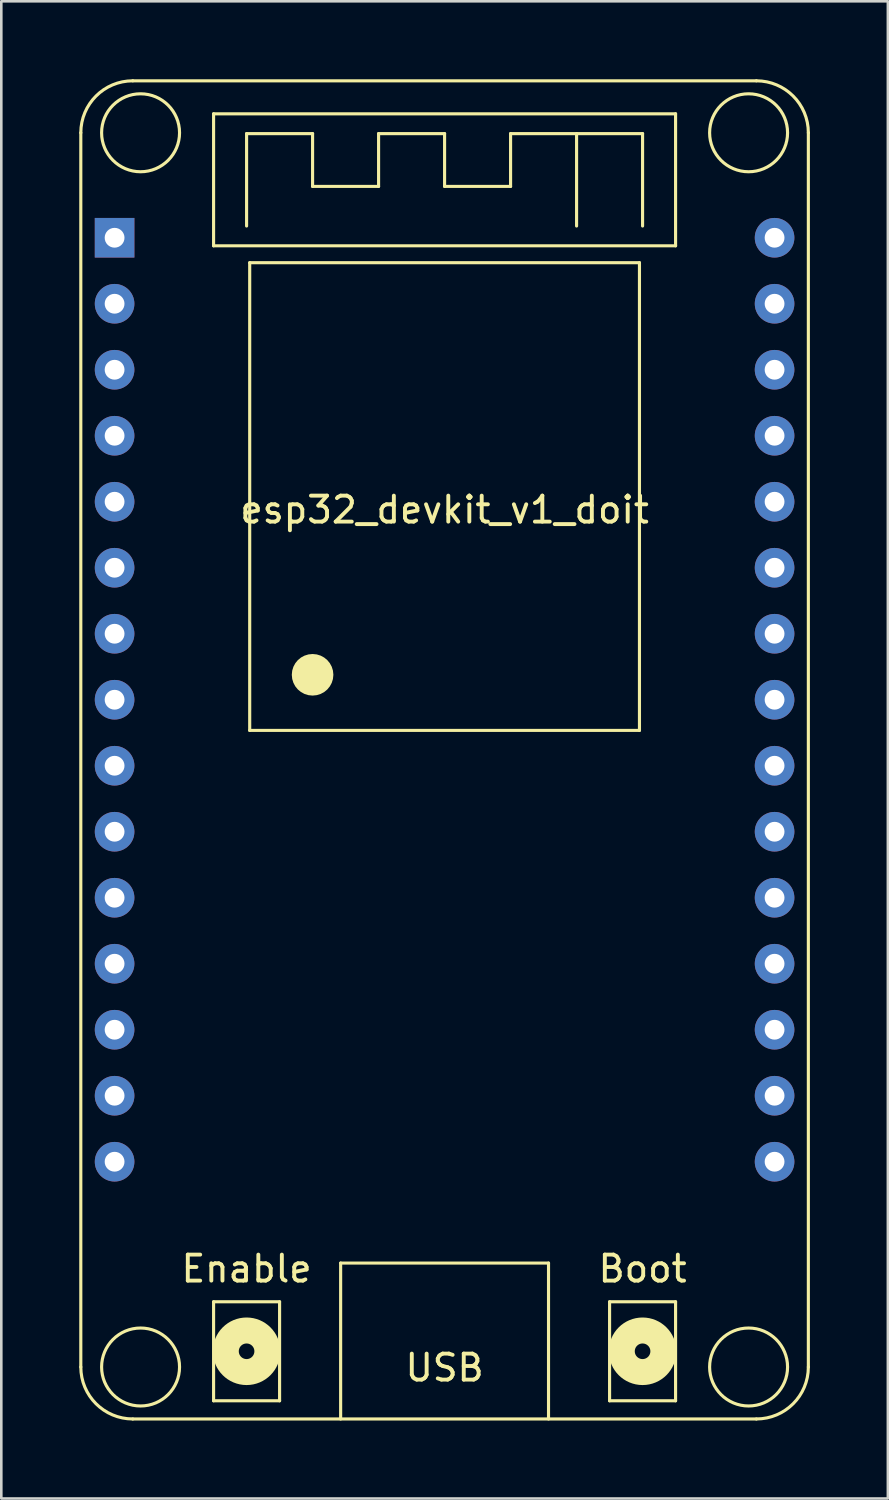
<source format=kicad_pcb>
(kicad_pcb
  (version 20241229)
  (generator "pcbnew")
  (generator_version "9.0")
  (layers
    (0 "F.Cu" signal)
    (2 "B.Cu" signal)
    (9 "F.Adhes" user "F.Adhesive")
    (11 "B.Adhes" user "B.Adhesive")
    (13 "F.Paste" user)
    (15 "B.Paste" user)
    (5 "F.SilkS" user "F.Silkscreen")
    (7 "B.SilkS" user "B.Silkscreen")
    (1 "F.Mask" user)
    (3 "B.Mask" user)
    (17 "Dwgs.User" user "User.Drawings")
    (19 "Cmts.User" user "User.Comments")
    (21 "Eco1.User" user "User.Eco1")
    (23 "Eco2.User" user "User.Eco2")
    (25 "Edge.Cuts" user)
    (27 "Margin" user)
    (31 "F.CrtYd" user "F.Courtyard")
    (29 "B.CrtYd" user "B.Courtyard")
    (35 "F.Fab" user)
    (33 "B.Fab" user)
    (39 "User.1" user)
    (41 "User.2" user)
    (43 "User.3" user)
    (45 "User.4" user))
  (footprint "esp32_devkit_v1_doit"
    (layer "F.Cu")
    (at 14.06 6.1)
    (property "Reference" "esp32_devkit_v1_doit" (at 0 10.47 0) (layer "F.SilkS") (effects (font (size 1 1) (thickness 0.15))))
    (attr smd)
    (fp_line (start -14 -4.04) (end -14 43.46) (stroke (width 0.12) (type solid)) (layer "F.SilkS"))
    (fp_line (start -12 -6.04) (end 12 -6.04) (stroke (width 0.12) (type solid)) (layer "F.SilkS"))
    (fp_line (start -12 45.46) (end 12 45.46) (stroke (width 0.12) (type solid)) (layer "F.SilkS"))
    (fp_line (start -8.89 -4.77) (end 8.89 -4.77) (stroke (width 0.12) (type solid)) (layer "F.SilkS"))
    (fp_line (start -8.89 0.31) (end -8.89 -4.77) (stroke (width 0.12) (type solid)) (layer "F.SilkS"))
    (fp_line (start -8.89 40.95) (end -6.35 40.95) (stroke (width 0.12) (type solid)) (layer "F.SilkS"))
    (fp_line (start -8.89 44.76) (end -8.89 40.95) (stroke (width 0.12) (type solid)) (layer "F.SilkS"))
    (fp_line (start -7.62 -4.008) (end -5.08 -4.008) (stroke (width 0.12) (type solid)) (layer "F.SilkS"))
    (fp_line (start -7.62 -0.452) (end -7.62 -4.008) (stroke (width 0.12) (type solid)) (layer "F.SilkS"))
    (fp_line (start -7.5 0.96) (end 7.5 0.96) (stroke (width 0.12) (type solid)) (layer "F.SilkS"))
    (fp_line (start -7.5 18.96) (end -7.5 0.96) (stroke (width 0.12) (type solid)) (layer "F.SilkS"))
    (fp_line (start -6.35 40.95) (end -6.35 44.76) (stroke (width 0.12) (type solid)) (layer "F.SilkS"))
    (fp_line (start -6.35 44.76) (end -8.89 44.76) (stroke (width 0.12) (type solid)) (layer "F.SilkS"))
    (fp_line (start -5.08 -4.008) (end -5.08 -1.976) (stroke (width 0.12) (type solid)) (layer "F.SilkS"))
    (fp_line (start -5.08 -1.976) (end -2.54 -1.976) (stroke (width 0.12) (type solid)) (layer "F.SilkS"))
    (fp_line (start -4 39.46) (end -4 45.46) (stroke (width 0.12) (type solid)) (layer "F.SilkS"))
    (fp_line (start -4 39.46) (end 4 39.46) (stroke (width 0.12) (type solid)) (layer "F.SilkS"))
    (fp_line (start -2.54 -4.008) (end 0 -4.008) (stroke (width 0.12) (type solid)) (layer "F.SilkS"))
    (fp_line (start -2.54 -1.976) (end -2.54 -4.008) (stroke (width 0.12) (type solid)) (layer "F.SilkS"))
    (fp_line (start 0 -4.008) (end 0 -1.976) (stroke (width 0.12) (type solid)) (layer "F.SilkS"))
    (fp_line (start 0 -1.976) (end 2.54 -1.976) (stroke (width 0.12) (type solid)) (layer "F.SilkS"))
    (fp_line (start 2.54 -4.008) (end 7.62 -4.008) (stroke (width 0.12) (type solid)) (layer "F.SilkS"))
    (fp_line (start 2.54 -1.976) (end 2.54 -4.008) (stroke (width 0.12) (type solid)) (layer "F.SilkS"))
    (fp_line (start 4 39.46) (end 4 45.46) (stroke (width 0.12) (type solid)) (layer "F.SilkS"))
    (fp_line (start 5.08 -4.008) (end 5.08 -0.452) (stroke (width 0.12) (type solid)) (layer "F.SilkS"))
    (fp_line (start 6.35 40.95) (end 8.89 40.95) (stroke (width 0.12) (type solid)) (layer "F.SilkS"))
    (fp_line (start 6.35 44.76) (end 6.35 40.95) (stroke (width 0.12) (type solid)) (layer "F.SilkS"))
    (fp_line (start 7.5 0.96) (end 7.5 18.96) (stroke (width 0.12) (type solid)) (layer "F.SilkS"))
    (fp_line (start 7.5 18.96) (end -7.5 18.96) (stroke (width 0.12) (type solid)) (layer "F.SilkS"))
    (fp_line (start 7.62 -4.008) (end 7.62 -0.452) (stroke (width 0.12) (type solid)) (layer "F.SilkS"))
    (fp_line (start 8.89 -4.77) (end 8.89 0.31) (stroke (width 0.12) (type solid)) (layer "F.SilkS"))
    (fp_line (start 8.89 0.31) (end -8.89 0.31) (stroke (width 0.12) (type solid)) (layer "F.SilkS"))
    (fp_line (start 8.89 40.95) (end 8.89 44.76) (stroke (width 0.12) (type solid)) (layer "F.SilkS"))
    (fp_line (start 8.89 44.76) (end 6.35 44.76) (stroke (width 0.12) (type solid)) (layer "F.SilkS"))
    (fp_line (start 14 43.46) (end 14 -4.04) (stroke (width 0.12) (type solid)) (layer "F.SilkS"))
    (fp_arc (start -14 -4.04) (mid -13.414214 -5.454214) (end -12 -6.04) (stroke (width 0.12) (type solid)) (layer "F.SilkS"))
    (fp_arc (start -12 45.46) (mid -13.414214 44.874214) (end -14 43.46) (stroke (width 0.12) (type solid)) (layer "F.SilkS"))
    (fp_arc (start 12 -6.04) (mid 13.414214 -5.454214) (end 14 -4.04) (stroke (width 0.12) (type solid)) (layer "F.SilkS"))
    (fp_arc (start 14 43.46) (mid 13.414214 44.874214) (end 12 45.46) (stroke (width 0.12) (type solid)) (layer "F.SilkS"))
    (fp_circle (center -11.7 -4.04) (end -10.2 -4.04) (stroke (width 0.12) (type solid)) (fill no) (layer "F.SilkS"))
    (fp_circle (center -11.7 43.46) (end -10.2 43.46) (stroke (width 0.12) (type solid)) (fill no) (layer "F.SilkS"))
    (fp_circle (center -7.62 42.855) (end -7.32 42.855) (stroke (width 1) (type solid)) (fill no) (layer "F.SilkS"))
    (fp_circle (center -5.08 16.82) (end -4.68 16.82) (stroke (width 0.8) (type solid)) (fill no) (layer "F.SilkS"))
    (fp_circle (center 7.62 42.855) (end 7.92 42.855) (stroke (width 1) (type solid)) (fill no) (layer "F.SilkS"))
    (fp_circle (center 11.7 -4.04) (end 13.2 -4.04) (stroke (width 0.12) (type solid)) (fill no) (layer "F.SilkS"))
    (fp_circle (center 11.7 43.46) (end 13.2 43.46) (stroke (width 0.12) (type solid)) (fill no) (layer "F.SilkS"))
    (fp_text user "USB" (at 0 43.49 0) (layer "F.SilkS") (effects (font (size 1 1) (thickness 0.15))))
    (fp_text user "Enable" (at -7.62 39.68 0) (layer "F.SilkS") (effects (font (size 1 1) (thickness 0.15))))
    (fp_text user "Boot" (at 7.62 39.68 0) (layer "F.SilkS") (effects (font (size 1 1) (thickness 0.15))))
    (pad "1" thru_hole rect (at -12.7 0) (size 1.524 1.524) (drill 0.762) (layers "*.Cu" "*.Mask"))
    (pad "2" thru_hole circle (at -12.7 2.54) (size 1.524 1.524) (drill 0.762) (layers "*.Cu" "*.Mask"))
    (pad "3" thru_hole circle (at -12.7 5.08) (size 1.524 1.524) (drill 0.762) (layers "*.Cu" "*.Mask"))
    (pad "4" thru_hole circle (at -12.7 7.62) (size 1.524 1.524) (drill 0.762) (layers "*.Cu" "*.Mask"))
    (pad "5" thru_hole circle (at -12.7 10.16) (size 1.524 1.524) (drill 0.762) (layers "*.Cu" "*.Mask"))
    (pad "6" thru_hole circle (at -12.7 12.7) (size 1.524 1.524) (drill 0.762) (layers "*.Cu" "*.Mask"))
    (pad "7" thru_hole circle (at -12.7 15.24) (size 1.524 1.524) (drill 0.762) (layers "*.Cu" "*.Mask"))
    (pad "8" thru_hole circle (at -12.7 17.78) (size 1.524 1.524) (drill 0.762) (layers "*.Cu" "*.Mask"))
    (pad "9" thru_hole circle (at -12.7 20.32) (size 1.524 1.524) (drill 0.762) (layers "*.Cu" "*.Mask"))
    (pad "10" thru_hole circle (at -12.7 22.86) (size 1.524 1.524) (drill 0.762) (layers "*.Cu" "*.Mask"))
    (pad "11" thru_hole circle (at -12.7 25.4) (size 1.524 1.524) (drill 0.762) (layers "*.Cu" "*.Mask"))
    (pad "12" thru_hole circle (at -12.7 27.94) (size 1.524 1.524) (drill 0.762) (layers "*.Cu" "*.Mask"))
    (pad "13" thru_hole circle (at -12.7 30.48) (size 1.524 1.524) (drill 0.762) (layers "*.Cu" "*.Mask"))
    (pad "14" thru_hole circle (at -12.7 33.02) (size 1.524 1.524) (drill 0.762) (layers "*.Cu" "*.Mask"))
    (pad "15" thru_hole circle (at -12.7 35.56) (size 1.524 1.524) (drill 0.762) (layers "*.Cu" "*.Mask"))
    (pad "16" thru_hole circle (at 12.7 35.56) (size 1.524 1.524) (drill 0.762) (layers "*.Cu" "*.Mask"))
    (pad "17" thru_hole circle (at 12.7 33.02) (size 1.524 1.524) (drill 0.762) (layers "*.Cu" "*.Mask"))
    (pad "18" thru_hole circle (at 12.7 30.48) (size 1.524 1.524) (drill 0.762) (layers "*.Cu" "*.Mask"))
    (pad "19" thru_hole circle (at 12.7 27.94) (size 1.524 1.524) (drill 0.762) (layers "*.Cu" "*.Mask"))
    (pad "20" thru_hole circle (at 12.7 25.4) (size 1.524 1.524) (drill 0.762) (layers "*.Cu" "*.Mask"))
    (pad "21" thru_hole circle (at 12.7 22.86) (size 1.524 1.524) (drill 0.762) (layers "*.Cu" "*.Mask"))
    (pad "22" thru_hole circle (at 12.7 20.32) (size 1.524 1.524) (drill 0.762) (layers "*.Cu" "*.Mask"))
    (pad "23" thru_hole circle (at 12.7 17.78) (size 1.524 1.524) (drill 0.762) (layers "*.Cu" "*.Mask"))
    (pad "24" thru_hole circle (at 12.7 15.24) (size 1.524 1.524) (drill 0.762) (layers "*.Cu" "*.Mask"))
    (pad "25" thru_hole circle (at 12.7 12.7) (size 1.524 1.524) (drill 0.762) (layers "*.Cu" "*.Mask"))
    (pad "26" thru_hole circle (at 12.7 10.16) (size 1.524 1.524) (drill 0.762) (layers "*.Cu" "*.Mask"))
    (pad "27" thru_hole circle (at 12.7 7.62) (size 1.524 1.524) (drill 0.762) (layers "*.Cu" "*.Mask"))
    (pad "28" thru_hole circle (at 12.7 5.08) (size 1.524 1.524) (drill 0.762) (layers "*.Cu" "*.Mask"))
    (pad "29" thru_hole circle (at 12.7 2.54) (size 1.524 1.524) (drill 0.762) (layers "*.Cu" "*.Mask"))
    (pad "30" thru_hole circle (at 12.7 0) (size 1.524 1.524) (drill 0.762) (layers "*.Cu" "*.Mask")))
  (gr_rect
    (start -3 -3)
    (end 31.12 54.62)
    (stroke (width 0.1) (type default))
    (fill no)
    (layer "Edge.Cuts")))
</source>
